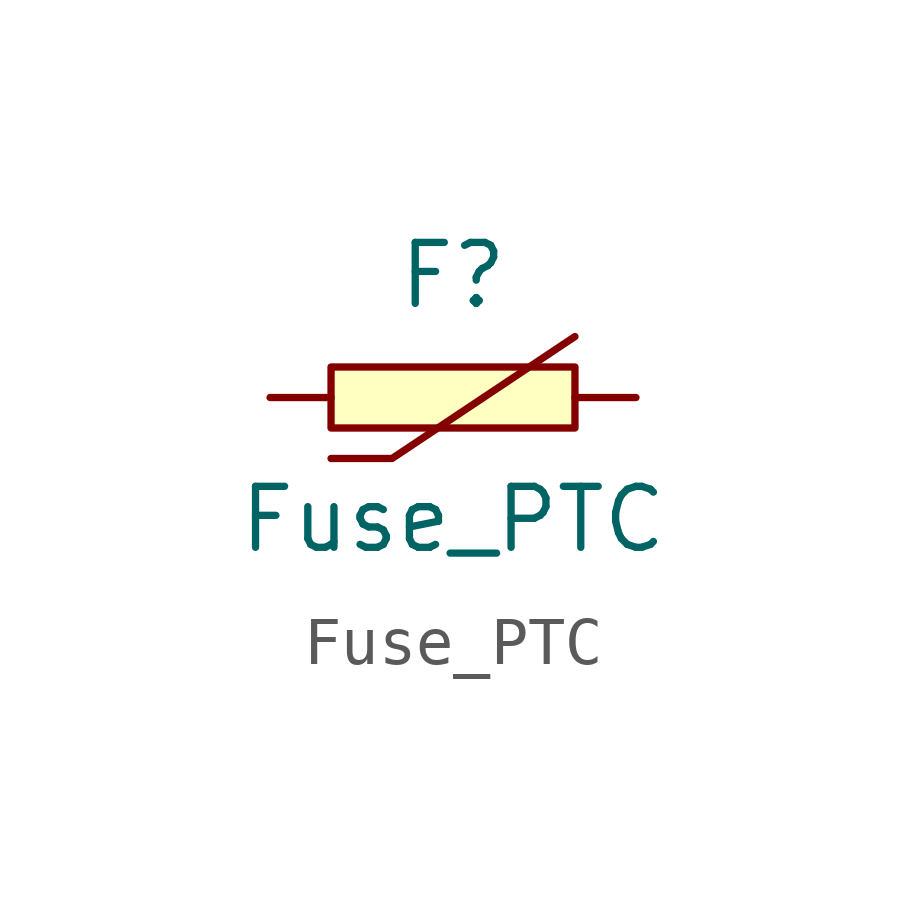
<source format=kicad_sym>
(kicad_symbol_lib
  (version 20220914)
  (generator kicad_symbol_editor)
  (symbol "Fuse_PTC"
    (pin_numbers hide)
    (pin_names hide)
    (property "Reference" "F"
      (at 0 2.54 0)
      (effects (font (size 1.27 1.27))))
    (property "Value" "Fuse_PTC"
      (at 0 -2.54 0)
      (effects (font (size 1.27 1.27))))
    (symbol "Fuse_PTC_1_1"
      (rectangle (start -2.54 0.635) (end 2.54 -0.635) (stroke (width 0) (type default)) (fill (type background)))
      (polyline (pts (xy 2.54 1.27) (xy -1.27 -1.27) (xy -2.54 -1.27)) (stroke (width 0) (type default)) (fill (type none)))
      (pin passive line (at -3.81 0 0) (length 1.27) (name "" (effects (font (size 1.27 1.27)))) (number "1" (effects (font (size 1.27 1.27)))))
      (pin passive line (at 3.81 0 180) (length 1.27) (name "" (effects (font (size 1.27 1.27)))) (number "2" (effects (font (size 1.27 1.27))))))))
</source>
